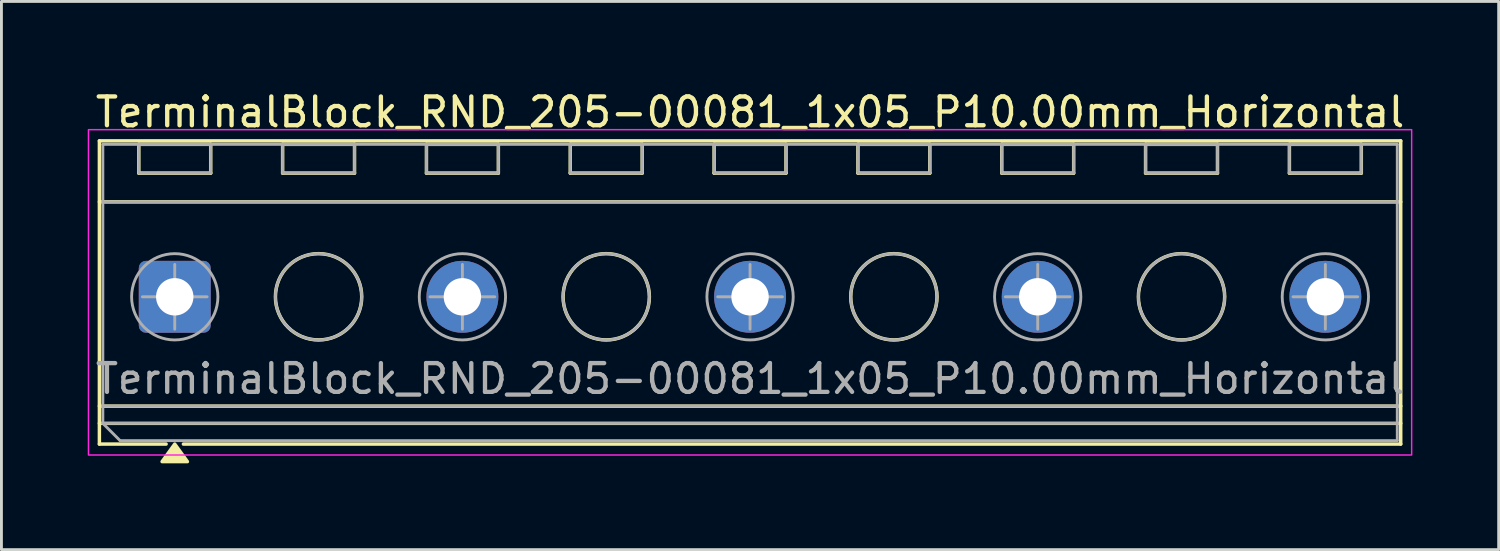
<source format=kicad_pcb>
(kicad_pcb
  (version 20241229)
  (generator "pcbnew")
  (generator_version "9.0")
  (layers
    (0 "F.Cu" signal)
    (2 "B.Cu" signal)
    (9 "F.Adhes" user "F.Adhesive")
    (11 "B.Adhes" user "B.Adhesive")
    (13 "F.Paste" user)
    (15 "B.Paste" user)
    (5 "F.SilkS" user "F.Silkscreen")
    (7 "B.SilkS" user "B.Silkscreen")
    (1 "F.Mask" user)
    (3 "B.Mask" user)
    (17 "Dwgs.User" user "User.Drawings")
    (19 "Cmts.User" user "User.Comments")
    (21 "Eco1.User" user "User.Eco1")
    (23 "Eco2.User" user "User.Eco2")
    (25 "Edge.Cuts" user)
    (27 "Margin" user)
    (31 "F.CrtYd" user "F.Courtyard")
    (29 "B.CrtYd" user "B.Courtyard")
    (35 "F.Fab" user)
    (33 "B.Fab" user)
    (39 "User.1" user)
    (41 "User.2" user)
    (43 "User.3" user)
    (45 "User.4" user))
  (footprint "TerminalBlock_RND_205-00081_1x05_P10.00mm_Horizontal"
    (layer "F.Cu")
    (at 3.025 7.268)
    (property "Reference" "TerminalBlock_RND_205-00081_1x05_P10.00mm_Horizontal" (at 20 -6.42 0) (layer "F.SilkS") (effects (font (size 1 1) (thickness 0.15))))
    (attr through_hole)
    (fp_line (start -2.62 -5.42) (end 42.62 -5.42) (stroke (width 0.12) (type solid)) (layer "F.SilkS"))
    (fp_line (start -2.62 -3.3) (end 42.62 -3.3) (stroke (width 0.12) (type solid)) (layer "F.SilkS"))
    (fp_line (start -2.62 3.8) (end 42.62 3.8) (stroke (width 0.12) (type solid)) (layer "F.SilkS"))
    (fp_line (start -2.62 4.4) (end 42.62 4.4) (stroke (width 0.12) (type solid)) (layer "F.SilkS"))
    (fp_line (start -2.62 5.12) (end -2.62 -5.42) (stroke (width 0.12) (type solid)) (layer "F.SilkS"))
    (fp_line (start -1.25 -5.3) (end 1.25 -5.3) (stroke (width 0.12) (type solid)) (layer "F.SilkS"))
    (fp_line (start -1.25 -4.3) (end -1.25 -5.3) (stroke (width 0.12) (type solid)) (layer "F.SilkS"))
    (fp_line (start -0.3 5.12) (end -2.62 5.12) (stroke (width 0.12) (type solid)) (layer "F.SilkS"))
    (fp_line (start 1.25 -5.3) (end 1.25 -4.3) (stroke (width 0.12) (type solid)) (layer "F.SilkS"))
    (fp_line (start 1.25 -4.3) (end -1.25 -4.3) (stroke (width 0.12) (type solid)) (layer "F.SilkS"))
    (fp_line (start 3.75 -5.3) (end 6.25 -5.3) (stroke (width 0.12) (type solid)) (layer "F.SilkS"))
    (fp_line (start 3.75 -4.3) (end 3.75 -5.3) (stroke (width 0.12) (type solid)) (layer "F.SilkS"))
    (fp_line (start 6.25 -5.3) (end 6.25 -4.3) (stroke (width 0.12) (type solid)) (layer "F.SilkS"))
    (fp_line (start 6.25 -4.3) (end 3.75 -4.3) (stroke (width 0.12) (type solid)) (layer "F.SilkS"))
    (fp_line (start 8.75 -5.3) (end 11.25 -5.3) (stroke (width 0.12) (type solid)) (layer "F.SilkS"))
    (fp_line (start 8.75 -4.3) (end 8.75 -5.3) (stroke (width 0.12) (type solid)) (layer "F.SilkS"))
    (fp_line (start 11.25 -5.3) (end 11.25 -4.3) (stroke (width 0.12) (type solid)) (layer "F.SilkS"))
    (fp_line (start 11.25 -4.3) (end 8.75 -4.3) (stroke (width 0.12) (type solid)) (layer "F.SilkS"))
    (fp_line (start 13.75 -5.3) (end 16.25 -5.3) (stroke (width 0.12) (type solid)) (layer "F.SilkS"))
    (fp_line (start 13.75 -4.3) (end 13.75 -5.3) (stroke (width 0.12) (type solid)) (layer "F.SilkS"))
    (fp_line (start 16.25 -5.3) (end 16.25 -4.3) (stroke (width 0.12) (type solid)) (layer "F.SilkS"))
    (fp_line (start 16.25 -4.3) (end 13.75 -4.3) (stroke (width 0.12) (type solid)) (layer "F.SilkS"))
    (fp_line (start 18.75 -5.3) (end 21.25 -5.3) (stroke (width 0.12) (type solid)) (layer "F.SilkS"))
    (fp_line (start 18.75 -4.3) (end 18.75 -5.3) (stroke (width 0.12) (type solid)) (layer "F.SilkS"))
    (fp_line (start 21.25 -5.3) (end 21.25 -4.3) (stroke (width 0.12) (type solid)) (layer "F.SilkS"))
    (fp_line (start 21.25 -4.3) (end 18.75 -4.3) (stroke (width 0.12) (type solid)) (layer "F.SilkS"))
    (fp_line (start 23.75 -5.3) (end 26.25 -5.3) (stroke (width 0.12) (type solid)) (layer "F.SilkS"))
    (fp_line (start 23.75 -4.3) (end 23.75 -5.3) (stroke (width 0.12) (type solid)) (layer "F.SilkS"))
    (fp_line (start 26.25 -5.3) (end 26.25 -4.3) (stroke (width 0.12) (type solid)) (layer "F.SilkS"))
    (fp_line (start 26.25 -4.3) (end 23.75 -4.3) (stroke (width 0.12) (type solid)) (layer "F.SilkS"))
    (fp_line (start 28.75 -5.3) (end 31.25 -5.3) (stroke (width 0.12) (type solid)) (layer "F.SilkS"))
    (fp_line (start 28.75 -4.3) (end 28.75 -5.3) (stroke (width 0.12) (type solid)) (layer "F.SilkS"))
    (fp_line (start 31.25 -5.3) (end 31.25 -4.3) (stroke (width 0.12) (type solid)) (layer "F.SilkS"))
    (fp_line (start 31.25 -4.3) (end 28.75 -4.3) (stroke (width 0.12) (type solid)) (layer "F.SilkS"))
    (fp_line (start 33.75 -5.3) (end 36.25 -5.3) (stroke (width 0.12) (type solid)) (layer "F.SilkS"))
    (fp_line (start 33.75 -4.3) (end 33.75 -5.3) (stroke (width 0.12) (type solid)) (layer "F.SilkS"))
    (fp_line (start 36.25 -5.3) (end 36.25 -4.3) (stroke (width 0.12) (type solid)) (layer "F.SilkS"))
    (fp_line (start 36.25 -4.3) (end 33.75 -4.3) (stroke (width 0.12) (type solid)) (layer "F.SilkS"))
    (fp_line (start 38.75 -5.3) (end 41.25 -5.3) (stroke (width 0.12) (type solid)) (layer "F.SilkS"))
    (fp_line (start 38.75 -4.3) (end 38.75 -5.3) (stroke (width 0.12) (type solid)) (layer "F.SilkS"))
    (fp_line (start 41.25 -5.3) (end 41.25 -4.3) (stroke (width 0.12) (type solid)) (layer "F.SilkS"))
    (fp_line (start 41.25 -4.3) (end 38.75 -4.3) (stroke (width 0.12) (type solid)) (layer "F.SilkS"))
    (fp_line (start 42.62 -5.42) (end 42.62 5.12) (stroke (width 0.12) (type solid)) (layer "F.SilkS"))
    (fp_line (start 42.62 5.12) (end 0.3 5.12) (stroke (width 0.12) (type solid)) (layer "F.SilkS"))
    (fp_circle (center 5 0) (end 6.5 0) (stroke (width 0.12) (type solid)) (fill no) (layer "F.SilkS"))
    (fp_circle (center 15 0) (end 16.5 0) (stroke (width 0.12) (type solid)) (fill no) (layer "F.SilkS"))
    (fp_circle (center 25 0) (end 26.5 0) (stroke (width 0.12) (type solid)) (fill no) (layer "F.SilkS"))
    (fp_circle (center 35 0) (end 36.5 0) (stroke (width 0.12) (type solid)) (fill no) (layer "F.SilkS"))
    (fp_poly (pts (xy 0 5.12) (xy 0.44 5.73) (xy -0.44 5.73)) (stroke (width 0.12) (type solid)) (fill yes) (layer "F.SilkS"))
    (fp_rect (start -3 -5.81) (end 43 5.5) (stroke (width 0.05) (type solid)) (fill no) (layer "F.CrtYd"))
    (fp_line (start -2.5 -5.3) (end 42.5 -5.3) (stroke (width 0.1) (type solid)) (layer "F.Fab"))
    (fp_line (start -2.5 -3.3) (end 42.5 -3.3) (stroke (width 0.1) (type solid)) (layer "F.Fab"))
    (fp_line (start -2.5 3.8) (end 42.5 3.8) (stroke (width 0.1) (type solid)) (layer "F.Fab"))
    (fp_line (start -2.5 4.4) (end -2.5 -5.3) (stroke (width 0.1) (type solid)) (layer "F.Fab"))
    (fp_line (start -2.5 4.4) (end 42.5 4.4) (stroke (width 0.1) (type solid)) (layer "F.Fab"))
    (fp_line (start -1.9 5) (end -2.5 4.4) (stroke (width 0.1) (type solid)) (layer "F.Fab"))
    (fp_line (start -1.125 0) (end 1.125 0) (stroke (width 0.1) (type solid)) (layer "F.Fab"))
    (fp_line (start 0 -1.125) (end 0 1.125) (stroke (width 0.1) (type solid)) (layer "F.Fab"))
    (fp_line (start 8.875 0) (end 11.125 0) (stroke (width 0.1) (type solid)) (layer "F.Fab"))
    (fp_line (start 10 -1.125) (end 10 1.125) (stroke (width 0.1) (type solid)) (layer "F.Fab"))
    (fp_line (start 18.875 0) (end 21.125 0) (stroke (width 0.1) (type solid)) (layer "F.Fab"))
    (fp_line (start 20 -1.125) (end 20 1.125) (stroke (width 0.1) (type solid)) (layer "F.Fab"))
    (fp_line (start 28.875 0) (end 31.125 0) (stroke (width 0.1) (type solid)) (layer "F.Fab"))
    (fp_line (start 30 -1.125) (end 30 1.125) (stroke (width 0.1) (type solid)) (layer "F.Fab"))
    (fp_line (start 38.875 0) (end 41.125 0) (stroke (width 0.1) (type solid)) (layer "F.Fab"))
    (fp_line (start 40 -1.125) (end 40 1.125) (stroke (width 0.1) (type solid)) (layer "F.Fab"))
    (fp_line (start 42.5 -5.3) (end 42.5 5) (stroke (width 0.1) (type solid)) (layer "F.Fab"))
    (fp_line (start 42.5 5) (end -1.9 5) (stroke (width 0.1) (type solid)) (layer "F.Fab"))
    (fp_rect (start -1.25 -5.3) (end 1.25 -4.3) (stroke (width 0.1) (type solid)) (fill no) (layer "F.Fab"))
    (fp_rect (start 3.75 -5.3) (end 6.25 -4.3) (stroke (width 0.1) (type solid)) (fill no) (layer "F.Fab"))
    (fp_rect (start 8.75 -5.3) (end 11.25 -4.3) (stroke (width 0.1) (type solid)) (fill no) (layer "F.Fab"))
    (fp_rect (start 13.75 -5.3) (end 16.25 -4.3) (stroke (width 0.1) (type solid)) (fill no) (layer "F.Fab"))
    (fp_rect (start 18.75 -5.3) (end 21.25 -4.3) (stroke (width 0.1) (type solid)) (fill no) (layer "F.Fab"))
    (fp_rect (start 23.75 -5.3) (end 26.25 -4.3) (stroke (width 0.1) (type solid)) (fill no) (layer "F.Fab"))
    (fp_rect (start 28.75 -5.3) (end 31.25 -4.3) (stroke (width 0.1) (type solid)) (fill no) (layer "F.Fab"))
    (fp_rect (start 33.75 -5.3) (end 36.25 -4.3) (stroke (width 0.1) (type solid)) (fill no) (layer "F.Fab"))
    (fp_rect (start 38.75 -5.3) (end 41.25 -4.3) (stroke (width 0.1) (type solid)) (fill no) (layer "F.Fab"))
    (fp_circle (center 0 0) (end 1.5 0) (stroke (width 0.1) (type solid)) (fill no) (layer "F.Fab"))
    (fp_circle (center 5 0) (end 6.5 0) (stroke (width 0.1) (type solid)) (fill no) (layer "F.Fab"))
    (fp_circle (center 10 0) (end 11.5 0) (stroke (width 0.1) (type solid)) (fill no) (layer "F.Fab"))
    (fp_circle (center 15 0) (end 16.5 0) (stroke (width 0.1) (type solid)) (fill no) (layer "F.Fab"))
    (fp_circle (center 20 0) (end 21.5 0) (stroke (width 0.1) (type solid)) (fill no) (layer "F.Fab"))
    (fp_circle (center 25 0) (end 26.5 0) (stroke (width 0.1) (type solid)) (fill no) (layer "F.Fab"))
    (fp_circle (center 30 0) (end 31.5 0) (stroke (width 0.1) (type solid)) (fill no) (layer "F.Fab"))
    (fp_circle (center 35 0) (end 36.5 0) (stroke (width 0.1) (type solid)) (fill no) (layer "F.Fab"))
    (fp_circle (center 40 0) (end 41.5 0) (stroke (width 0.1) (type solid)) (fill no) (layer "F.Fab"))
    (fp_text user "${REFERENCE}" (at 20 2.85 0) (layer "F.Fab") (effects (font (size 1 1) (thickness 0.15))))
    (pad "1" thru_hole roundrect (at 0 0) (size 2.5 2.5) (drill 1.3) (layers "*.Cu" "*.Mask") (roundrect_rratio 0.1))
    (pad "2" thru_hole circle (at 10 0) (size 2.5 2.5) (drill 1.3) (layers "*.Cu" "*.Mask"))
    (pad "3" thru_hole circle (at 20 0) (size 2.5 2.5) (drill 1.3) (layers "*.Cu" "*.Mask"))
    (pad "4" thru_hole circle (at 30 0) (size 2.5 2.5) (drill 1.3) (layers "*.Cu" "*.Mask"))
    (pad "5" thru_hole circle (at 40 0) (size 2.5 2.5) (drill 1.3) (layers "*.Cu" "*.Mask")))
  (gr_rect
    (start -3 -3)
    (end 49.05 16.058)
    (stroke (width 0.1) (type default))
    (fill no)
    (layer "Edge.Cuts")))
</source>
